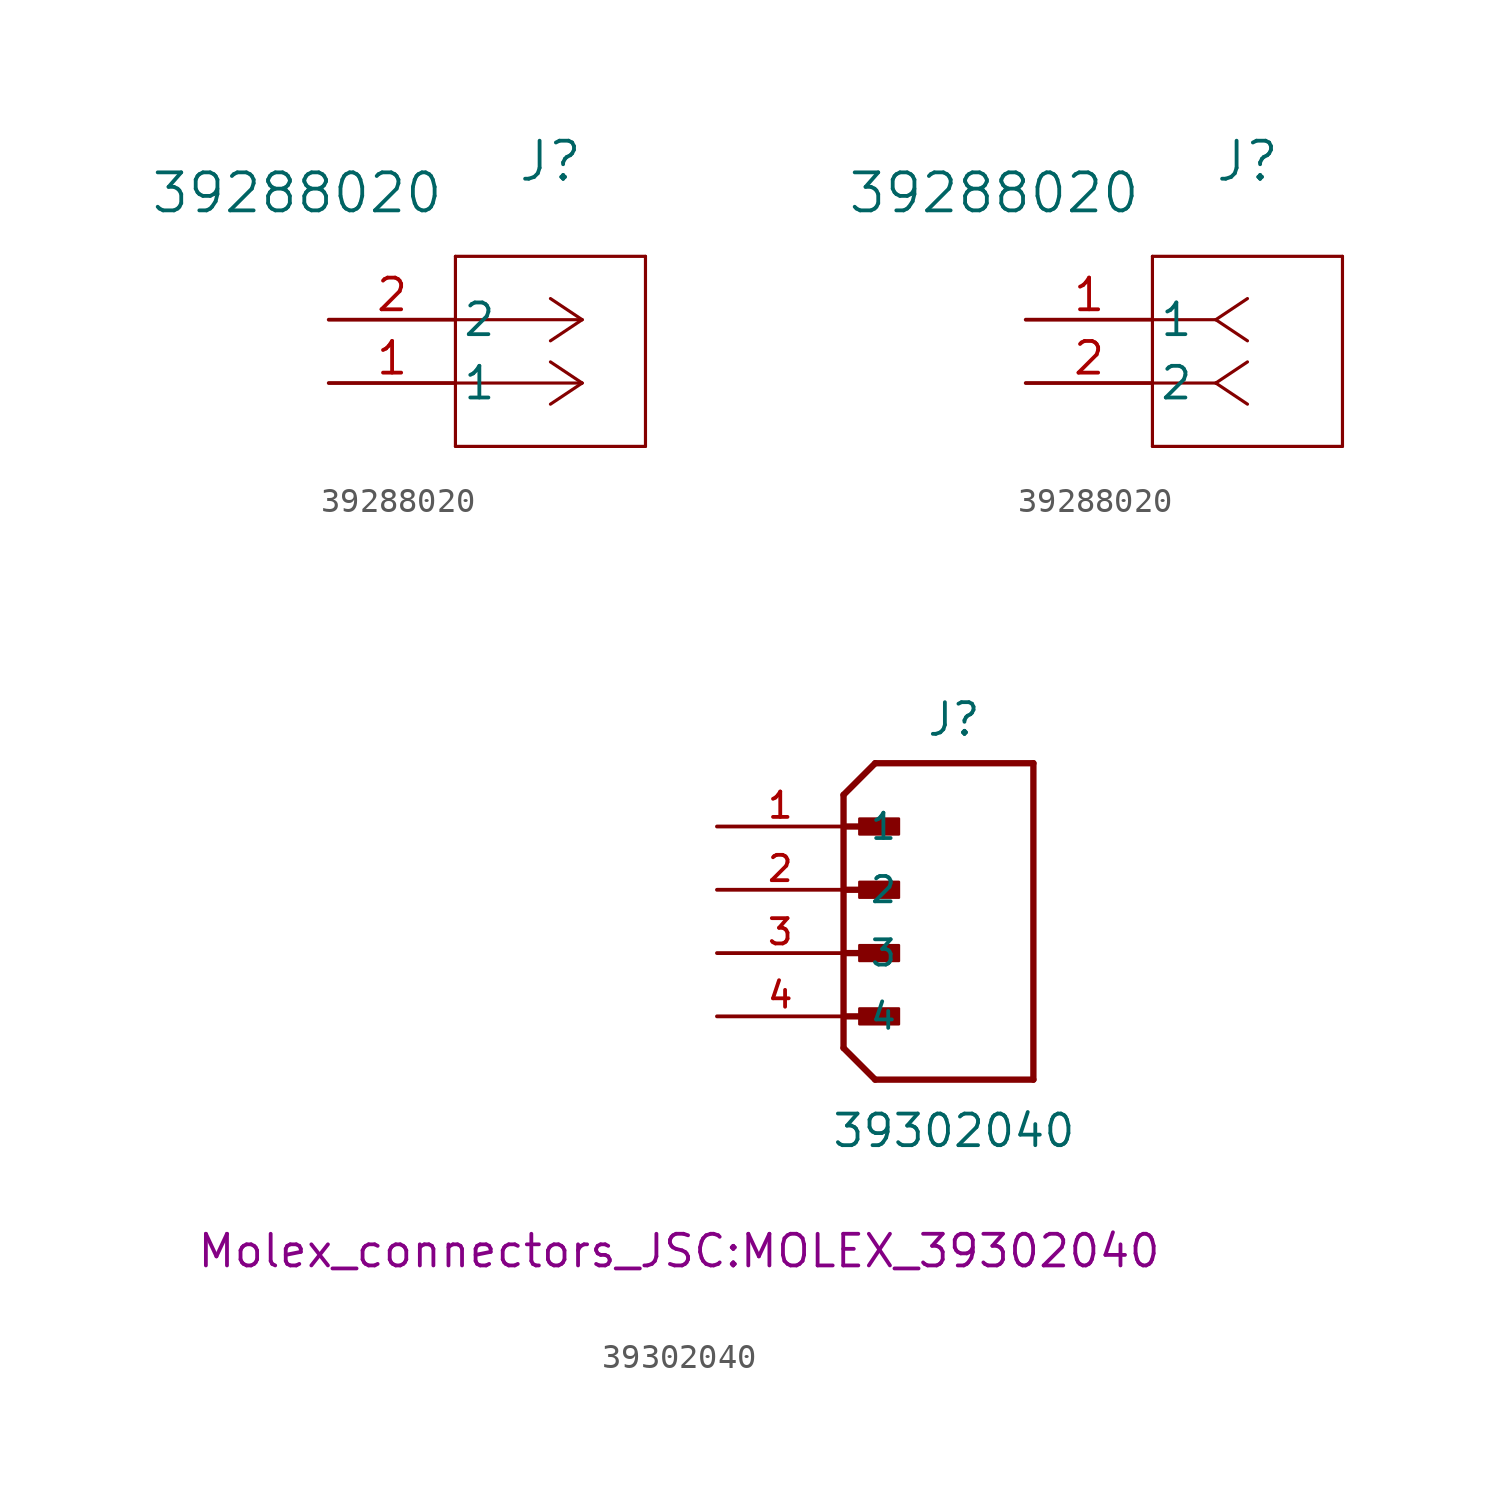
<source format=kicad_sym>
(kicad_symbol_lib
  (version 20211014)
  (generator kicad_symbol_editor)
  (symbol "39288020"
    (pin_names
      (offset 0.254))
    (property "Reference" "J"
      (at 8.89 6.35 0)
      (effects (font (size 1.524 1.524))))
    (property "Value" "39288020"
      (at -1.27 5.08 0)
      (effects (font (size 1.524 1.524))))
    (property "ki_locked" ""
      (at 0 0 0)
      (effects (font (size 1.27 1.27))))
    (symbol "39288020_1_1"
      (polyline (pts (xy 5.08 -5.08) (xy 12.7 -5.08)) (stroke (width 0.127) (type default) (color 0 0 0 0)) (fill (type none)))
      (polyline (pts (xy 5.08 2.54) (xy 5.08 -5.08)) (stroke (width 0.127) (type default) (color 0 0 0 0)) (fill (type none)))
      (polyline (pts (xy 10.16 -2.54) (xy 5.08 -2.54)) (stroke (width 0.127) (type default) (color 0 0 0 0)) (fill (type none)))
      (polyline (pts (xy 10.16 -2.54) (xy 8.89 -3.387)) (stroke (width 0.127) (type default) (color 0 0 0 0)) (fill (type none)))
      (polyline (pts (xy 10.16 -2.54) (xy 8.89 -1.693)) (stroke (width 0.127) (type default) (color 0 0 0 0)) (fill (type none)))
      (polyline (pts (xy 10.16 0) (xy 5.08 0)) (stroke (width 0.127) (type default) (color 0 0 0 0)) (fill (type none)))
      (polyline (pts (xy 10.16 0) (xy 8.89 -0.847)) (stroke (width 0.127) (type default) (color 0 0 0 0)) (fill (type none)))
      (polyline (pts (xy 10.16 0) (xy 8.89 0.847)) (stroke (width 0.127) (type default) (color 0 0 0 0)) (fill (type none)))
      (polyline (pts (xy 12.7 -5.08) (xy 12.7 2.54)) (stroke (width 0.127) (type default) (color 0 0 0 0)) (fill (type none)))
      (polyline (pts (xy 12.7 2.54) (xy 5.08 2.54)) (stroke (width 0.127) (type default) (color 0 0 0 0)) (fill (type none)))
      (pin unspecified line (at 0 -2.54 0) (length 5.08) (name "1" (effects (font (size 1.27 1.27)))) (number "1" (effects (font (size 1.27 1.27)))))
      (pin unspecified line (at 0 0 0) (length 5.08) (name "2" (effects (font (size 1.27 1.27)))) (number "2" (effects (font (size 1.27 1.27))))))
    (symbol "39288020_1_2"
      (polyline (pts (xy 5.08 -5.08) (xy 12.7 -5.08)) (stroke (width 0.127) (type default) (color 0 0 0 0)) (fill (type none)))
      (polyline (pts (xy 5.08 2.54) (xy 5.08 -5.08)) (stroke (width 0.127) (type default) (color 0 0 0 0)) (fill (type none)))
      (polyline (pts (xy 7.62 -2.54) (xy 5.08 -2.54)) (stroke (width 0.127) (type default) (color 0 0 0 0)) (fill (type none)))
      (polyline (pts (xy 7.62 -2.54) (xy 8.89 -3.387)) (stroke (width 0.127) (type default) (color 0 0 0 0)) (fill (type none)))
      (polyline (pts (xy 7.62 -2.54) (xy 8.89 -1.693)) (stroke (width 0.127) (type default) (color 0 0 0 0)) (fill (type none)))
      (polyline (pts (xy 7.62 0) (xy 5.08 0)) (stroke (width 0.127) (type default) (color 0 0 0 0)) (fill (type none)))
      (polyline (pts (xy 7.62 0) (xy 8.89 -0.847)) (stroke (width 0.127) (type default) (color 0 0 0 0)) (fill (type none)))
      (polyline (pts (xy 7.62 0) (xy 8.89 0.847)) (stroke (width 0.127) (type default) (color 0 0 0 0)) (fill (type none)))
      (polyline (pts (xy 12.7 -5.08) (xy 12.7 2.54)) (stroke (width 0.127) (type default) (color 0 0 0 0)) (fill (type none)))
      (polyline (pts (xy 12.7 2.54) (xy 5.08 2.54)) (stroke (width 0.127) (type default) (color 0 0 0 0)) (fill (type none)))
      (pin unspecified line (at 0 0 0) (length 5.08) (name "1" (effects (font (size 1.27 1.27)))) (number "1" (effects (font (size 1.27 1.27)))))
      (pin unspecified line (at 0 -2.54 0) (length 5.08) (name "2" (effects (font (size 1.27 1.27)))) (number "2" (effects (font (size 1.27 1.27)))))))
  (symbol "39302040"
    (pin_names
      (offset 1.016))
    (property "Reference" "J"
      (at 3.302 6.096 0)
      (effects (font (size 1.27 1.27)) (justify left bottom)))
    (property "Value" "39302040"
      (at -0.508 -10.414 0)
      (effects (font (size 1.27 1.27)) (justify left bottom)))
    (property "Footprint" "Molex_connectors_JSC:MOLEX_39302040"
      (at -6.604 -15.24 0)
      (effects (font (size 1.27 1.27)) (justify bottom)))
    (symbol "39302040_0_0"
      (polyline (pts (xy 0 -6.35) (xy 1.27 -7.62)) (stroke (width 0.254) (type default) (color 0 0 0 0)) (fill (type none)))
      (polyline (pts (xy 0 -5.08) (xy 1.905 -5.08)) (stroke (width 0.254) (type default) (color 0 0 0 0)) (fill (type none)))
      (polyline (pts (xy 0 -2.54) (xy 1.905 -2.54)) (stroke (width 0.254) (type default) (color 0 0 0 0)) (fill (type none)))
      (polyline (pts (xy 0 0) (xy 1.905 0)) (stroke (width 0.254) (type default) (color 0 0 0 0)) (fill (type none)))
      (polyline (pts (xy 0 2.54) (xy 0 -6.35)) (stroke (width 0.254) (type default) (color 0 0 0 0)) (fill (type none)))
      (polyline (pts (xy 0 2.54) (xy 1.905 2.54)) (stroke (width 0.254) (type default) (color 0 0 0 0)) (fill (type none)))
      (polyline (pts (xy 0 3.81) (xy 0 2.54)) (stroke (width 0.254) (type default) (color 0 0 0 0)) (fill (type none)))
      (polyline (pts (xy 0 3.81) (xy 1.27 5.08)) (stroke (width 0.254) (type default) (color 0 0 0 0)) (fill (type none)))
      (polyline (pts (xy 1.27 -7.62) (xy 7.62 -7.62)) (stroke (width 0.254) (type default) (color 0 0 0 0)) (fill (type none)))
      (polyline (pts (xy 7.62 -7.62) (xy 7.62 5.08)) (stroke (width 0.254) (type default) (color 0 0 0 0)) (fill (type none)))
      (polyline (pts (xy 7.62 5.08) (xy 1.27 5.08)) (stroke (width 0.254) (type default) (color 0 0 0 0)) (fill (type none)))
      (rectangle (start 0.635 -5.397) (end 2.223 -4.763) (stroke (width 0.1) (type default) (color 0 0 0 0)) (fill (type outline)))
      (rectangle (start 0.635 -2.857) (end 2.223 -2.223) (stroke (width 0.1) (type default) (color 0 0 0 0)) (fill (type outline)))
      (rectangle (start 0.635 -0.318) (end 2.223 0.318) (stroke (width 0.1) (type default) (color 0 0 0 0)) (fill (type outline)))
      (rectangle (start 0.635 2.223) (end 2.223 2.857) (stroke (width 0.1) (type default) (color 0 0 0 0)) (fill (type outline)))
      (pin passive line (at -5.08 2.54 0) (length 5.08) (name "1" (effects (font (size 1.016 1.016)))) (number "1" (effects (font (size 1.016 1.016)))))
      (pin passive line (at -5.08 0 0) (length 5.08) (name "2" (effects (font (size 1.016 1.016)))) (number "2" (effects (font (size 1.016 1.016)))))
      (pin passive line (at -5.08 -2.54 0) (length 5.08) (name "3" (effects (font (size 1.016 1.016)))) (number "3" (effects (font (size 1.016 1.016)))))
      (pin passive line (at -5.08 -5.08 0) (length 5.08) (name "4" (effects (font (size 1.016 1.016)))) (number "4" (effects (font (size 1.016 1.016))))))))
</source>
